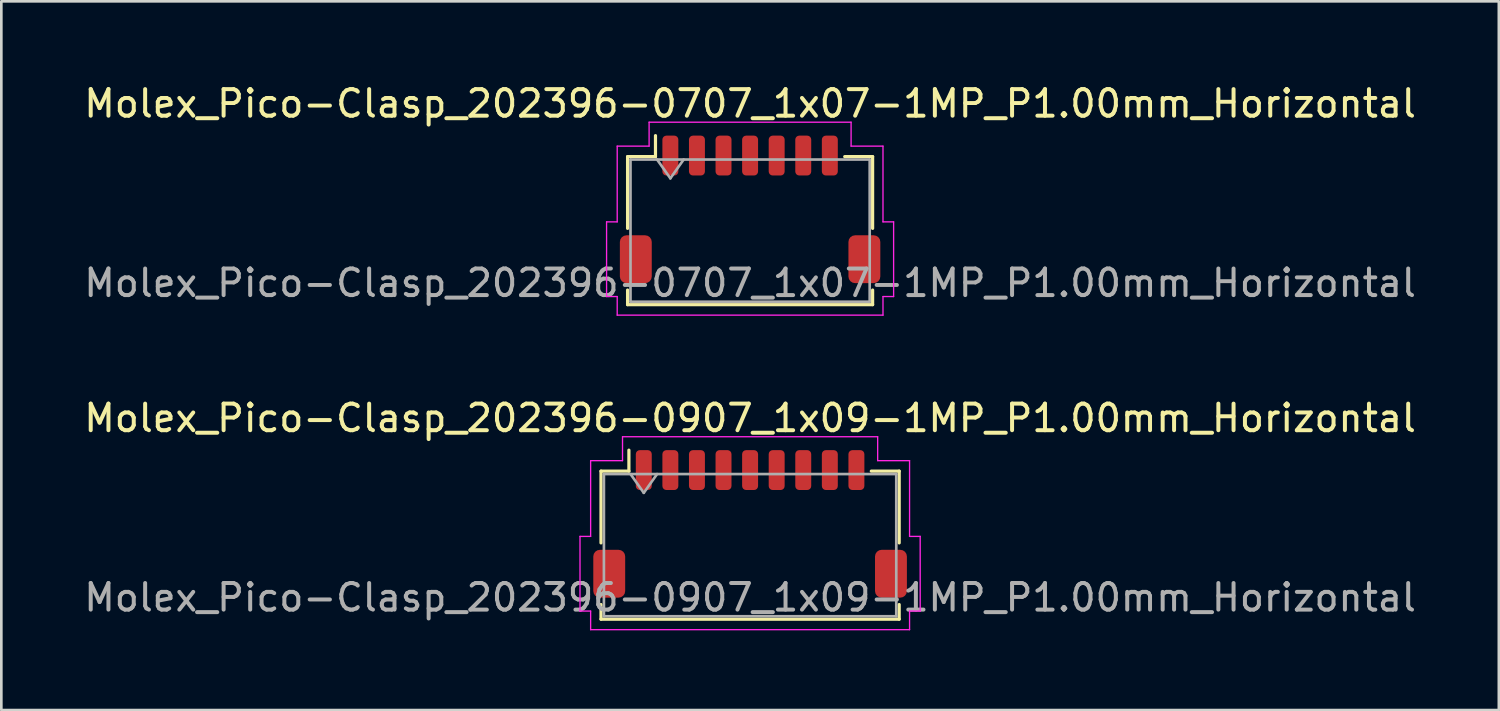
<source format=kicad_pcb>
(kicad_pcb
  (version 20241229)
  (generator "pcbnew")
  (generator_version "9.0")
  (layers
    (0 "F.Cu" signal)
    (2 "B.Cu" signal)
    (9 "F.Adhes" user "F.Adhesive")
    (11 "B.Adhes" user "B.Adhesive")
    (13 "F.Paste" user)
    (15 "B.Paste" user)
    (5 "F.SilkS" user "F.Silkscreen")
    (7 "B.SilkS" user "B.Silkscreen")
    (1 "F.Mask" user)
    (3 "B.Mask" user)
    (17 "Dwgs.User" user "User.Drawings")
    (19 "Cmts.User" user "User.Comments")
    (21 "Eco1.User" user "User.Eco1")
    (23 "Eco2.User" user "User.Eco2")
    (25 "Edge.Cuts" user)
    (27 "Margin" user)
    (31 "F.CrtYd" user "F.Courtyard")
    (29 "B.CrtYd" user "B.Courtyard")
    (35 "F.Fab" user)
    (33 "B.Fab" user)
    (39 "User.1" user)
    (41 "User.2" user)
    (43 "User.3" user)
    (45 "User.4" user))
  (footprint "Molex_Pico-Clasp_202396-0707_1x07-1MP_P1.00mm_Horizontal"
    (layer "F.Cu")
    (at 25.173 4.828)
    (property "Reference" "Molex_Pico-Clasp_202396-0707_1x07-1MP_P1.00mm_Horizontal" (at 0 -3.98 0) (layer "F.SilkS") (effects (font (size 1 1) (thickness 0.15))))
    (attr smd)
    (fp_line (start -4.61 -1.985) (end -3.56 -1.985) (stroke (width 0.12) (type solid)) (layer "F.SilkS"))
    (fp_line (start -4.61 0.715) (end -4.61 -1.985) (stroke (width 0.12) (type solid)) (layer "F.SilkS"))
    (fp_line (start -4.61 3.035) (end -4.61 3.585) (stroke (width 0.12) (type solid)) (layer "F.SilkS"))
    (fp_line (start -4.61 3.585) (end 4.61 3.585) (stroke (width 0.12) (type solid)) (layer "F.SilkS"))
    (fp_line (start -3.56 -1.985) (end -3.56 -2.775) (stroke (width 0.12) (type solid)) (layer "F.SilkS"))
    (fp_line (start 4.61 -1.985) (end 3.56 -1.985) (stroke (width 0.12) (type solid)) (layer "F.SilkS"))
    (fp_line (start 4.61 0.715) (end 4.61 -1.985) (stroke (width 0.12) (type solid)) (layer "F.SilkS"))
    (fp_line (start 4.61 3.585) (end 4.61 3.035) (stroke (width 0.12) (type solid)) (layer "F.SilkS"))
    (fp_line (start -5.4 0.47) (end -5 0.47) (stroke (width 0.05) (type solid)) (layer "F.CrtYd"))
    (fp_line (start -5.4 3.28) (end -5.4 0.47) (stroke (width 0.05) (type solid)) (layer "F.CrtYd"))
    (fp_line (start -5 -2.38) (end -3.8 -2.38) (stroke (width 0.05) (type solid)) (layer "F.CrtYd"))
    (fp_line (start -5 0.47) (end -5 -2.38) (stroke (width 0.05) (type solid)) (layer "F.CrtYd"))
    (fp_line (start -5 3.28) (end -5.4 3.28) (stroke (width 0.05) (type solid)) (layer "F.CrtYd"))
    (fp_line (start -5 3.98) (end -5 3.28) (stroke (width 0.05) (type solid)) (layer "F.CrtYd"))
    (fp_line (start -3.8 -3.28) (end 3.8 -3.28) (stroke (width 0.05) (type solid)) (layer "F.CrtYd"))
    (fp_line (start -3.8 -2.38) (end -3.8 -3.28) (stroke (width 0.05) (type solid)) (layer "F.CrtYd"))
    (fp_line (start 3.8 -3.28) (end 3.8 -2.38) (stroke (width 0.05) (type solid)) (layer "F.CrtYd"))
    (fp_line (start 3.8 -2.38) (end 5 -2.38) (stroke (width 0.05) (type solid)) (layer "F.CrtYd"))
    (fp_line (start 5 -2.38) (end 5 0.47) (stroke (width 0.05) (type solid)) (layer "F.CrtYd"))
    (fp_line (start 5 0.47) (end 5.4 0.47) (stroke (width 0.05) (type solid)) (layer "F.CrtYd"))
    (fp_line (start 5 3.28) (end 5 3.98) (stroke (width 0.05) (type solid)) (layer "F.CrtYd"))
    (fp_line (start 5 3.98) (end -5 3.98) (stroke (width 0.05) (type solid)) (layer "F.CrtYd"))
    (fp_line (start 5.4 0.47) (end 5.4 3.28) (stroke (width 0.05) (type solid)) (layer "F.CrtYd"))
    (fp_line (start 5.4 3.28) (end 5 3.28) (stroke (width 0.05) (type solid)) (layer "F.CrtYd"))
    (fp_line (start -4.5 -1.875) (end -4.5 3.475) (stroke (width 0.1) (type solid)) (layer "F.Fab"))
    (fp_line (start -4.5 -1.875) (end 4.5 -1.875) (stroke (width 0.1) (type solid)) (layer "F.Fab"))
    (fp_line (start -4.5 3.475) (end 4.5 3.475) (stroke (width 0.1) (type solid)) (layer "F.Fab"))
    (fp_line (start -3.5 -1.875) (end -3 -1.168) (stroke (width 0.1) (type solid)) (layer "F.Fab"))
    (fp_line (start -3 -1.168) (end -2.5 -1.875) (stroke (width 0.1) (type solid)) (layer "F.Fab"))
    (fp_line (start 4.5 -1.875) (end 4.5 3.475) (stroke (width 0.1) (type solid)) (layer "F.Fab"))
    (fp_text user "${REFERENCE}" (at 0 2.77 0) (layer "F.Fab") (effects (font (size 1 1) (thickness 0.15))))
    (pad "1" smd roundrect (at -3 -2.025) (size 0.6 1.5) (layers "F.Cu" "F.Mask" "F.Paste") (roundrect_rratio 0.25))
    (pad "2" smd roundrect (at -2 -2.025) (size 0.6 1.5) (layers "F.Cu" "F.Mask" "F.Paste") (roundrect_rratio 0.25))
    (pad "3" smd roundrect (at -1 -2.025) (size 0.6 1.5) (layers "F.Cu" "F.Mask" "F.Paste") (roundrect_rratio 0.25))
    (pad "4" smd roundrect (at 0 -2.025) (size 0.6 1.5) (layers "F.Cu" "F.Mask" "F.Paste") (roundrect_rratio 0.25))
    (pad "5" smd roundrect (at 1 -2.025) (size 0.6 1.5) (layers "F.Cu" "F.Mask" "F.Paste") (roundrect_rratio 0.25))
    (pad "6" smd roundrect (at 2 -2.025) (size 0.6 1.5) (layers "F.Cu" "F.Mask" "F.Paste") (roundrect_rratio 0.25))
    (pad "7" smd roundrect (at 3 -2.025) (size 0.6 1.5) (layers "F.Cu" "F.Mask" "F.Paste") (roundrect_rratio 0.25))
    (pad "MP" smd roundrect (at -4.3 1.875) (size 1.2 1.8) (layers "F.Cu" "F.Mask" "F.Paste") (roundrect_rratio 0.208))
    (pad "MP" smd roundrect (at 4.3 1.875) (size 1.2 1.8) (layers "F.Cu" "F.Mask" "F.Paste") (roundrect_rratio 0.208)))
  (footprint "Molex_Pico-Clasp_202396-0907_1x09-1MP_P1.00mm_Horizontal"
    (layer "F.Cu")
    (at 25.173 16.662)
    (property "Reference" "Molex_Pico-Clasp_202396-0907_1x09-1MP_P1.00mm_Horizontal" (at 0 -3.98 0) (layer "F.SilkS") (effects (font (size 1 1) (thickness 0.15))))
    (attr smd)
    (fp_line (start -5.61 -1.985) (end -4.56 -1.985) (stroke (width 0.12) (type solid)) (layer "F.SilkS"))
    (fp_line (start -5.61 0.715) (end -5.61 -1.985) (stroke (width 0.12) (type solid)) (layer "F.SilkS"))
    (fp_line (start -5.61 3.035) (end -5.61 3.585) (stroke (width 0.12) (type solid)) (layer "F.SilkS"))
    (fp_line (start -5.61 3.585) (end 5.61 3.585) (stroke (width 0.12) (type solid)) (layer "F.SilkS"))
    (fp_line (start -4.56 -1.985) (end -4.56 -2.775) (stroke (width 0.12) (type solid)) (layer "F.SilkS"))
    (fp_line (start 5.61 -1.985) (end 4.56 -1.985) (stroke (width 0.12) (type solid)) (layer "F.SilkS"))
    (fp_line (start 5.61 0.715) (end 5.61 -1.985) (stroke (width 0.12) (type solid)) (layer "F.SilkS"))
    (fp_line (start 5.61 3.585) (end 5.61 3.035) (stroke (width 0.12) (type solid)) (layer "F.SilkS"))
    (fp_line (start -6.4 0.47) (end -6 0.47) (stroke (width 0.05) (type solid)) (layer "F.CrtYd"))
    (fp_line (start -6.4 3.28) (end -6.4 0.47) (stroke (width 0.05) (type solid)) (layer "F.CrtYd"))
    (fp_line (start -6 -2.38) (end -4.8 -2.38) (stroke (width 0.05) (type solid)) (layer "F.CrtYd"))
    (fp_line (start -6 0.47) (end -6 -2.38) (stroke (width 0.05) (type solid)) (layer "F.CrtYd"))
    (fp_line (start -6 3.28) (end -6.4 3.28) (stroke (width 0.05) (type solid)) (layer "F.CrtYd"))
    (fp_line (start -6 3.98) (end -6 3.28) (stroke (width 0.05) (type solid)) (layer "F.CrtYd"))
    (fp_line (start -4.8 -3.28) (end 4.8 -3.28) (stroke (width 0.05) (type solid)) (layer "F.CrtYd"))
    (fp_line (start -4.8 -2.38) (end -4.8 -3.28) (stroke (width 0.05) (type solid)) (layer "F.CrtYd"))
    (fp_line (start 4.8 -3.28) (end 4.8 -2.38) (stroke (width 0.05) (type solid)) (layer "F.CrtYd"))
    (fp_line (start 4.8 -2.38) (end 6 -2.38) (stroke (width 0.05) (type solid)) (layer "F.CrtYd"))
    (fp_line (start 6 -2.38) (end 6 0.47) (stroke (width 0.05) (type solid)) (layer "F.CrtYd"))
    (fp_line (start 6 0.47) (end 6.4 0.47) (stroke (width 0.05) (type solid)) (layer "F.CrtYd"))
    (fp_line (start 6 3.28) (end 6 3.98) (stroke (width 0.05) (type solid)) (layer "F.CrtYd"))
    (fp_line (start 6 3.98) (end -6 3.98) (stroke (width 0.05) (type solid)) (layer "F.CrtYd"))
    (fp_line (start 6.4 0.47) (end 6.4 3.28) (stroke (width 0.05) (type solid)) (layer "F.CrtYd"))
    (fp_line (start 6.4 3.28) (end 6 3.28) (stroke (width 0.05) (type solid)) (layer "F.CrtYd"))
    (fp_line (start -5.5 -1.875) (end -5.5 3.475) (stroke (width 0.1) (type solid)) (layer "F.Fab"))
    (fp_line (start -5.5 -1.875) (end 5.5 -1.875) (stroke (width 0.1) (type solid)) (layer "F.Fab"))
    (fp_line (start -5.5 3.475) (end 5.5 3.475) (stroke (width 0.1) (type solid)) (layer "F.Fab"))
    (fp_line (start -4.5 -1.875) (end -4 -1.168) (stroke (width 0.1) (type solid)) (layer "F.Fab"))
    (fp_line (start -4 -1.168) (end -3.5 -1.875) (stroke (width 0.1) (type solid)) (layer "F.Fab"))
    (fp_line (start 5.5 -1.875) (end 5.5 3.475) (stroke (width 0.1) (type solid)) (layer "F.Fab"))
    (fp_text user "${REFERENCE}" (at 0 2.77 0) (layer "F.Fab") (effects (font (size 1 1) (thickness 0.15))))
    (pad "1" smd roundrect (at -4 -2.025) (size 0.6 1.5) (layers "F.Cu" "F.Mask" "F.Paste") (roundrect_rratio 0.25))
    (pad "2" smd roundrect (at -3 -2.025) (size 0.6 1.5) (layers "F.Cu" "F.Mask" "F.Paste") (roundrect_rratio 0.25))
    (pad "3" smd roundrect (at -2 -2.025) (size 0.6 1.5) (layers "F.Cu" "F.Mask" "F.Paste") (roundrect_rratio 0.25))
    (pad "4" smd roundrect (at -1 -2.025) (size 0.6 1.5) (layers "F.Cu" "F.Mask" "F.Paste") (roundrect_rratio 0.25))
    (pad "5" smd roundrect (at 0 -2.025) (size 0.6 1.5) (layers "F.Cu" "F.Mask" "F.Paste") (roundrect_rratio 0.25))
    (pad "6" smd roundrect (at 1 -2.025) (size 0.6 1.5) (layers "F.Cu" "F.Mask" "F.Paste") (roundrect_rratio 0.25))
    (pad "7" smd roundrect (at 2 -2.025) (size 0.6 1.5) (layers "F.Cu" "F.Mask" "F.Paste") (roundrect_rratio 0.25))
    (pad "8" smd roundrect (at 3 -2.025) (size 0.6 1.5) (layers "F.Cu" "F.Mask" "F.Paste") (roundrect_rratio 0.25))
    (pad "9" smd roundrect (at 4 -2.025) (size 0.6 1.5) (layers "F.Cu" "F.Mask" "F.Paste") (roundrect_rratio 0.25))
    (pad "MP" smd roundrect (at -5.3 1.875) (size 1.2 1.8) (layers "F.Cu" "F.Mask" "F.Paste") (roundrect_rratio 0.208))
    (pad "MP" smd roundrect (at 5.3 1.875) (size 1.2 1.8) (layers "F.Cu" "F.Mask" "F.Paste") (roundrect_rratio 0.208)))
  (gr_rect
    (start -3 -3)
    (end 53.345 23.666)
    (stroke (width 0.1) (type default))
    (fill no)
    (layer "Edge.Cuts")))
</source>
